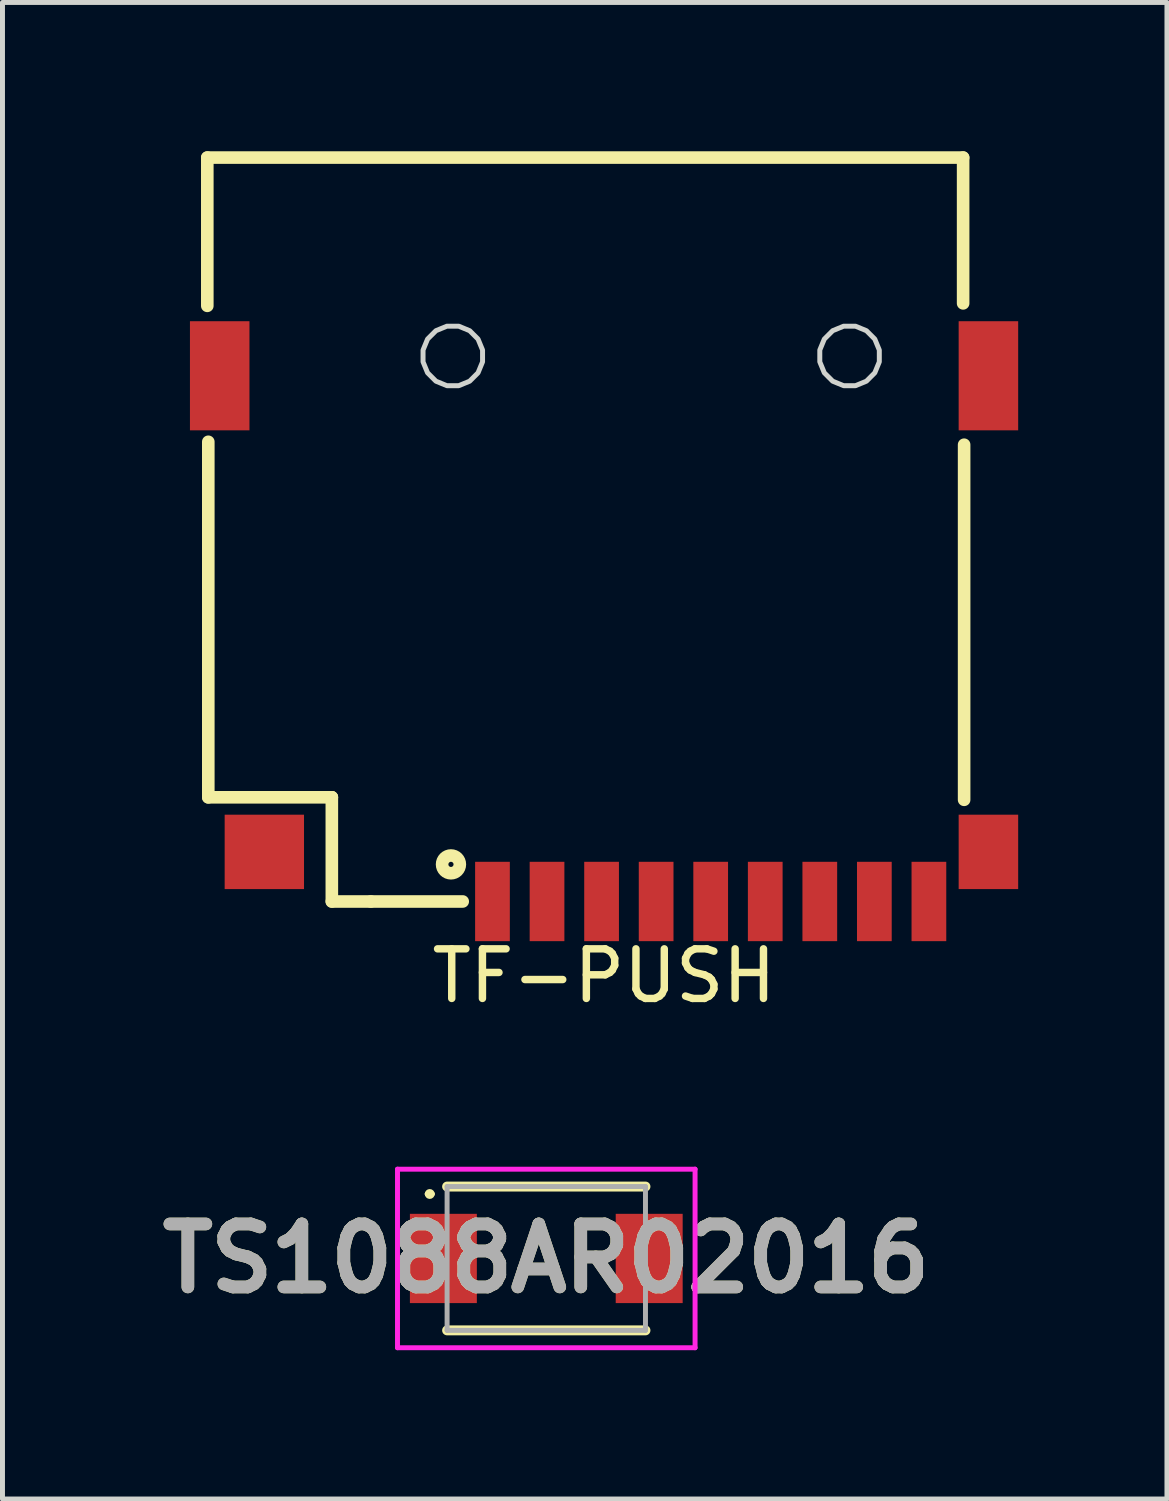
<source format=kicad_pcb>
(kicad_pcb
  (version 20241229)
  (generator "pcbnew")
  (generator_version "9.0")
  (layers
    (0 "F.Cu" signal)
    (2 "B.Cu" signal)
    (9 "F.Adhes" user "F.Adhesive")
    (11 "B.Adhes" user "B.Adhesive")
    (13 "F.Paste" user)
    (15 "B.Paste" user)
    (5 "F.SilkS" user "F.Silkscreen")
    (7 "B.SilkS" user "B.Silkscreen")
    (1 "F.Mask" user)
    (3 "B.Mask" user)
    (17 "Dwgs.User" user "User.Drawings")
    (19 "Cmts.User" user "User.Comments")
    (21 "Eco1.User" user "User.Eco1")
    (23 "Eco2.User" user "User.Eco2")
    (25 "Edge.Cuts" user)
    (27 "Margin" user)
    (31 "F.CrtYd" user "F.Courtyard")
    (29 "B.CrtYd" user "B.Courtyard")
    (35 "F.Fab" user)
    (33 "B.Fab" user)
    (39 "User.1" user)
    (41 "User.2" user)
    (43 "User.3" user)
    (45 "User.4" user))
  (footprint "TF-PUSH"
    (layer "F.Cu")
    (at 0.25 16.433)
    (property "Reference" "TF-PUSH" (at 8.88 0.194 180) (layer "F.SilkS") (effects (font (size 1 1) (thickness 0.15))))
    (fp_line (start 0.88 -16.306) (end 0.88 -13.316) (stroke (width 0.254) (type solid)) (layer "F.SilkS"))
    (fp_line (start 0.9 -10.575) (end 0.9 -3.406) (stroke (width 0.254) (type solid)) (layer "F.SilkS"))
    (fp_line (start 3.39 -3.406) (end 0.9 -3.406) (stroke (width 0.254) (type solid)) (layer "F.SilkS"))
    (fp_line (start 3.391 -3.407) (end 3.38 -3.406) (stroke (width 0.254) (type solid)) (layer "F.SilkS"))
    (fp_line (start 3.391 -3.407) (end 3.391 -1.306) (stroke (width 0.254) (type solid)) (layer "F.SilkS"))
    (fp_line (start 4.178 -1.306) (end 3.391 -1.306) (stroke (width 0.254) (type solid)) (layer "F.SilkS"))
    (fp_line (start 6.03 -1.306) (end 4.178 -1.306) (stroke (width 0.254) (type solid)) (layer "F.SilkS"))
    (fp_line (start 16.12 -16.306) (end 0.88 -16.306) (stroke (width 0.254) (type solid)) (layer "F.SilkS"))
    (fp_line (start 16.12 -16.306) (end 16.12 -13.366) (stroke (width 0.254) (type solid)) (layer "F.SilkS"))
    (fp_line (start 16.14 -10.516) (end 16.14 -3.356) (stroke (width 0.254) (type solid)) (layer "F.SilkS"))
    (fp_circle (center 5.793 -2.054) (end 5.793 -2.002) (stroke (width 0.254) (type solid)) (fill no) (layer "F.SilkS"))
    (fp_line (start 0.81 -12.7) (end 0.81 -11.101) (stroke (width 0.051) (type solid)) (layer "Eco2.User"))
    (fp_line (start 0.811 -12.7) (end 0.81 -12.7) (stroke (width 0.051) (type solid)) (layer "Eco2.User"))
    (fp_line (start 0.811 -11.1) (end 0.81 -11.101) (stroke (width 0.051) (type solid)) (layer "Eco2.User"))
    (fp_line (start 1.5 -16.299) (end 1.5 -12.7) (stroke (width 0.051) (type solid)) (layer "Eco2.User"))
    (fp_line (start 1.5 -12.7) (end 0.811 -12.7) (stroke (width 0.051) (type solid)) (layer "Eco2.User"))
    (fp_line (start 1.501 -16.3) (end 1.5 -16.299) (stroke (width 0.051) (type solid)) (layer "Eco2.User"))
    (fp_line (start 1.51 -11.1) (end 1.51 -3.4) (stroke (width 0.051) (type solid)) (layer "Eco2.User"))
    (fp_line (start 1.51 -11.1) (end 0.811 -11.1) (stroke (width 0.051) (type solid)) (layer "Eco2.User"))
    (fp_line (start 1.51 -11.1) (end 1.51 -11.1) (stroke (width 0.051) (type solid)) (layer "Eco2.User"))
    (fp_line (start 1.651 -3.4) (end 1.51 -3.4) (stroke (width 0.051) (type solid)) (layer "Eco2.User"))
    (fp_line (start 1.651 -3.3) (end 1.651 -3.4) (stroke (width 0.051) (type solid)) (layer "Eco2.User"))
    (fp_line (start 1.699 -2.8) (end 1.699 -2.8) (stroke (width 0.051) (type solid)) (layer "Eco2.User"))
    (fp_line (start 1.699 -2.8) (end 1.699 -1.8) (stroke (width 0.051) (type solid)) (layer "Eco2.User"))
    (fp_line (start 1.7 -1.8) (end 1.699 -1.8) (stroke (width 0.051) (type solid)) (layer "Eco2.User"))
    (fp_line (start 2.55 -3.3) (end 1.651 -3.3) (stroke (width 0.051) (type solid)) (layer "Eco2.User"))
    (fp_line (start 2.55 -2.8) (end 1.699 -2.8) (stroke (width 0.051) (type solid)) (layer "Eco2.User"))
    (fp_line (start 2.55 -2.8) (end 2.55 -3.3) (stroke (width 0.051) (type solid)) (layer "Eco2.User"))
    (fp_line (start 4.491 -16.3) (end 1.501 -16.3) (stroke (width 0.051) (type solid)) (layer "Eco2.User"))
    (fp_line (start 4.492 -16.301) (end 4.491 -16.3) (stroke (width 0.051) (type solid)) (layer "Eco2.User"))
    (fp_line (start 4.74 -16.234) (end 4.492 -16.301) (stroke (width 0.051) (type solid)) (layer "Eco2.User"))
    (fp_line (start 5.004 -16.158) (end 4.74 -16.234) (stroke (width 0.051) (type solid)) (layer "Eco2.User"))
    (fp_line (start 5.469 -16.027) (end 5.004 -16.158) (stroke (width 0.051) (type solid)) (layer "Eco2.User"))
    (fp_line (start 5.532 -16.009) (end 5.469 -16.027) (stroke (width 0.051) (type solid)) (layer "Eco2.User"))
    (fp_line (start 5.704 -15.977) (end 5.532 -16.009) (stroke (width 0.051) (type solid)) (layer "Eco2.User"))
    (fp_line (start 5.832 -15.946) (end 5.704 -15.977) (stroke (width 0.051) (type solid)) (layer "Eco2.User"))
    (fp_line (start 6.5 -15.81) (end 5.832 -15.946) (stroke (width 0.051) (type solid)) (layer "Eco2.User"))
    (fp_line (start 6.869 -15.742) (end 6.5 -15.81) (stroke (width 0.051) (type solid)) (layer "Eco2.User"))
    (fp_line (start 7.039 -15.727) (end 6.869 -15.742) (stroke (width 0.051) (type solid)) (layer "Eco2.User"))
    (fp_line (start 7.466 -15.681) (end 7.039 -15.727) (stroke (width 0.051) (type solid)) (layer "Eco2.User"))
    (fp_line (start 7.573 -15.675) (end 7.466 -15.681) (stroke (width 0.051) (type solid)) (layer "Eco2.User"))
    (fp_line (start 7.717 -15.655) (end 7.573 -15.675) (stroke (width 0.051) (type solid)) (layer "Eco2.User"))
    (fp_line (start 7.79 -15.648) (end 7.717 -15.655) (stroke (width 0.051) (type solid)) (layer "Eco2.User"))
    (fp_line (start 8.648 -15.609) (end 7.79 -15.648) (stroke (width 0.051) (type solid)) (layer "Eco2.User"))
    (fp_line (start 8.742 -15.605) (end 8.648 -15.609) (stroke (width 0.051) (type solid)) (layer "Eco2.User"))
    (fp_line (start 9.528 -15.595) (end 8.742 -15.605) (stroke (width 0.051) (type solid)) (layer "Eco2.User"))
    (fp_line (start 10.575 -15.596) (end 9.528 -15.595) (stroke (width 0.051) (type solid)) (layer "Eco2.User"))
    (fp_line (start 11.356 -15.591) (end 10.575 -15.596) (stroke (width 0.051) (type solid)) (layer "Eco2.User"))
    (fp_line (start 15.232 -15.601) (end 11.356 -15.591) (stroke (width 0.051) (type solid)) (layer "Eco2.User"))
    (fp_line (start 16.25 -15.6) (end 15.232 -15.601) (stroke (width 0.051) (type solid)) (layer "Eco2.User"))
    (fp_line (start 16.25 -15.6) (end 16.25 -12.7) (stroke (width 0.051) (type solid)) (layer "Eco2.User"))
    (fp_line (start 16.25 -2.8) (end 16.25 -11.1) (stroke (width 0.051) (type solid)) (layer "Eco2.User"))
    (fp_line (start 16.95 -11.1) (end 16.25 -11.1) (stroke (width 0.051) (type solid)) (layer "Eco2.User"))
    (fp_line (start 16.95 -1.8) (end 1.7 -1.8) (stroke (width 0.051) (type solid)) (layer "Eco2.User"))
    (fp_line (start 16.95 -12.7) (end 16.25 -12.7) (stroke (width 0.051) (type solid)) (layer "Eco2.User"))
    (fp_line (start 16.95 -12.7) (end 16.95 -11.1) (stroke (width 0.051) (type solid)) (layer "Eco2.User"))
    (fp_line (start 16.95 -2.8) (end 16.25 -2.8) (stroke (width 0.051) (type solid)) (layer "Eco2.User"))
    (fp_line (start 16.95 -2.8) (end 16.95 -1.8) (stroke (width 0.051) (type solid)) (layer "Eco2.User"))
    (fp_line (start 16.95 -1.8) (end 16.95 -1.8) (stroke (width 0.051) (type solid)) (layer "Eco2.User"))
    (fp_rect (start 6.48 -1.801) (end 6.78 -1.101) (stroke (width 0.1) (type default)) (fill no) (layer "Eco2.User"))
    (fp_rect (start 7.58 -1.801) (end 7.88 -1.101) (stroke (width 0.1) (type default)) (fill no) (layer "Eco2.User"))
    (fp_rect (start 8.68 -1.801) (end 8.98 -1.101) (stroke (width 0.1) (type default)) (fill no) (layer "Eco2.User"))
    (fp_rect (start 9.78 -1.801) (end 10.08 -1.101) (stroke (width 0.1) (type default)) (fill no) (layer "Eco2.User"))
    (fp_rect (start 10.88 -1.801) (end 11.18 -1.101) (stroke (width 0.1) (type default)) (fill no) (layer "Eco2.User"))
    (fp_rect (start 11.98 -1.801) (end 12.28 -1.101) (stroke (width 0.1) (type default)) (fill no) (layer "Eco2.User"))
    (fp_rect (start 13.08 -1.801) (end 13.38 -1.101) (stroke (width 0.1) (type default)) (fill no) (layer "Eco2.User"))
    (fp_rect (start 14.18 -1.801) (end 14.48 -1.101) (stroke (width 0.1) (type default)) (fill no) (layer "Eco2.User"))
    (fp_rect (start 15.28 -1.801) (end 15.58 -1.101) (stroke (width 0.1) (type default)) (fill no) (layer "Eco2.User"))
    (fp_poly (pts (xy 0.811 -12.698) (xy 0.812 -11.098) (xy 1.511 -11.098) (xy 1.511 -12.697) (xy 1.451 -12.697)) (stroke (width 0.1) (type default)) (fill no) (layer "Eco2.User"))
    (fp_poly (pts (xy 16.249 -12.7) (xy 16.25 -11.1) (xy 16.949 -11.1) (xy 16.95 -12.7) (xy 16.889 -12.7)) (stroke (width 0.1) (type default)) (fill no) (layer "Eco2.User"))
    (fp_poly (pts (xy 16.25 -2.8) (xy 16.949 -2.8) (xy 16.95 -1.8) (xy 16.263 -1.8) (xy 16.262 -1.801) (xy 16.264 -2.108)) (stroke (width 0.1) (type default)) (fill no) (layer "Eco2.User"))
    (fp_poly (pts (xy 2.399 -2.801) (xy 1.699 -2.801) (xy 1.699 -1.801) (xy 2.386 -1.801) (xy 2.411 -1.8) (xy 2.408 -1.854) (xy 2.407 -1.935) (xy 2.406 -2.108)) (stroke (width 0.1) (type default)) (fill no) (layer "Eco2.User"))
    (fp_poly (pts (xy 0.75 -1.101) (xy 0.75 -1.126) (xy 0.785 -1.161) (xy 0.835 -1.161) (xy 0.87 -1.126) (xy 0.87 -1.101) (xy 0.87 -1.076) (xy 0.835 -1.041) (xy 0.785 -1.041) (xy 0.75 -1.076)) (stroke (width 0.1) (type default)) (fill no) (layer "Eco2.User"))
    (fp_poly (pts (xy 5.23 -12.306) (xy 5.23 -12.425) (xy 5.321 -12.646) (xy 5.49 -12.815) (xy 5.711 -12.906) (xy 5.949 -12.906) (xy 6.17 -12.815) (xy 6.339 -12.646) (xy 6.43 -12.425) (xy 6.43 -12.306) (xy 6.43 -12.187) (xy 6.339 -11.966) (xy 6.17 -11.797) (xy 5.949 -11.706) (xy 5.711 -11.706) (xy 5.49 -11.797) (xy 5.321 -11.966) (xy 5.23 -12.187)) (stroke (width 0.1) (type solid)) (fill no) (layer "Edge.Cuts"))
    (fp_poly (pts (xy 13.23 -12.306) (xy 13.23 -12.425) (xy 13.321 -12.646) (xy 13.49 -12.815) (xy 13.711 -12.906) (xy 13.949 -12.906) (xy 14.17 -12.815) (xy 14.339 -12.646) (xy 14.43 -12.425) (xy 14.43 -12.306) (xy 14.43 -12.187) (xy 14.339 -11.966) (xy 14.17 -11.797) (xy 13.949 -11.706) (xy 13.711 -11.706) (xy 13.49 -11.797) (xy 13.321 -11.966) (xy 13.23 -12.187)) (stroke (width 0.1) (type solid)) (fill no) (layer "Edge.Cuts"))
    (fp_circle (center 5.83 -12.306) (end 5.83 -11.706) (stroke (width 0.025) (type solid)) (fill no) (layer "User.1"))
    (fp_circle (center 13.83 -12.306) (end 13.83 -11.706) (stroke (width 0.025) (type solid)) (fill no) (layer "User.1"))
    (fp_circle (center 5.81 -0.6) (end 5.81 -0.473) (stroke (width 0.254) (type solid)) (fill no) (layer "User.6"))
    (fp_circle (center 5.83 -12.306) (end 5.83 -12.106) (stroke (width 0.4) (type solid)) (fill no) (layer "User.6"))
    (fp_circle (center 13.83 -12.306) (end 13.83 -12.106) (stroke (width 0.4) (type solid)) (fill no) (layer "User.6"))
    (pad "1" smd rect (at 6.63 -1.306 180) (size 0.7 1.6) (layers "F.Cu" "F.Mask" "F.Paste"))
    (pad "2" smd rect (at 7.73 -1.306 180) (size 0.7 1.6) (layers "F.Cu" "F.Mask" "F.Paste"))
    (pad "3" smd rect (at 8.83 -1.306 180) (size 0.7 1.6) (layers "F.Cu" "F.Mask" "F.Paste"))
    (pad "4" smd rect (at 9.93 -1.306 180) (size 0.7 1.6) (layers "F.Cu" "F.Mask" "F.Paste"))
    (pad "5" smd rect (at 11.03 -1.306 180) (size 0.7 1.6) (layers "F.Cu" "F.Mask" "F.Paste"))
    (pad "6" smd rect (at 12.13 -1.306 180) (size 0.7 1.6) (layers "F.Cu" "F.Mask" "F.Paste"))
    (pad "7" smd rect (at 13.23 -1.306 180) (size 0.7 1.6) (layers "F.Cu" "F.Mask" "F.Paste"))
    (pad "8" smd rect (at 14.33 -1.306 180) (size 0.7 1.6) (layers "F.Cu" "F.Mask" "F.Paste"))
    (pad "9" smd rect (at 15.43 -1.306 180) (size 0.7 1.6) (layers "F.Cu" "F.Mask" "F.Paste"))
    (pad "10" smd rect (at 16.63 -2.306 180) (size 1.2 1.5) (layers "F.Cu" "F.Mask" "F.Paste"))
    (pad "11" smd rect (at 16.63 -11.906 180) (size 1.2 2.2) (layers "F.Cu" "F.Mask" "F.Paste"))
    (pad "12" smd rect (at 1.13 -11.906 180) (size 1.2 2.2) (layers "F.Cu" "F.Mask" "F.Paste"))
    (pad "13" smd rect (at 2.03 -2.306 180) (size 1.6 1.5) (layers "F.Cu" "F.Mask" "F.Paste"))
    (zone (net_name "") (layers "F.Cu" "B.Cu") (hatch edge 0.5) (connect_pads) (min_thickness 0.25) (filled_areas_thickness no) (keepout (tracks not_allowed) (vias not_allowed) (pads not_allowed) (copperpour not_allowed) (footprints allowed)) (placement (enabled no)) (fill) (polygon (pts (xy 5.48 4.127) (xy 5.48 4.008) (xy 5.571 3.787) (xy 5.74 3.618) (xy 5.961 3.527) (xy 6.199 3.527) (xy 6.42 3.618) (xy 6.589 3.787) (xy 6.68 4.008) (xy 6.68 4.127) (xy 6.68 4.246) (xy 6.589 4.467) (xy 6.42 4.636) (xy 6.199 4.727) (xy 5.961 4.727) (xy 5.74 4.636) (xy 5.571 4.467) (xy 5.48 4.246))))
    (zone (net_name "") (layers "F.Cu" "B.Cu") (hatch edge 0.5) (connect_pads) (min_thickness 0.25) (filled_areas_thickness no) (keepout (tracks not_allowed) (vias not_allowed) (pads not_allowed) (copperpour not_allowed) (footprints allowed)) (placement (enabled no)) (fill) (polygon (pts (xy 13.48 4.127) (xy 13.48 4.008) (xy 13.571 3.787) (xy 13.74 3.618) (xy 13.961 3.527) (xy 14.199 3.527) (xy 14.42 3.618) (xy 14.589 3.787) (xy 14.68 4.008) (xy 14.68 4.127) (xy 14.68 4.246) (xy 14.589 4.467) (xy 14.42 4.636) (xy 14.199 4.727) (xy 13.961 4.727) (xy 13.74 4.636) (xy 13.571 4.467) (xy 13.48 4.246))))
    (zone (net_name "") (layers "F.Cu" "B.Cu") (hatch edge 0.5) (connect_pads) (min_thickness 0.25) (filled_areas_thickness no) (keepout (tracks not_allowed) (vias not_allowed) (pads not_allowed) (copperpour not_allowed) (footprints allowed)) (placement (enabled no)) (fill) (polygon (pts (xy 5.902 4.713) (xy 5.791 4.667) (xy 5.691 4.601) (xy 5.606 4.516) (xy 5.54 4.416) (xy 5.494 4.305) (xy 5.47 4.187) (xy 5.47 4.067) (xy 5.494 3.949) (xy 5.54 3.838) (xy 5.606 3.738) (xy 5.691 3.653) (xy 5.791 3.587) (xy 5.902 3.541) (xy 6.02 3.517) (xy 6.14 3.517) (xy 6.258 3.541) (xy 6.369 3.587) (xy 6.469 3.653) (xy 6.554 3.738) (xy 6.62 3.838) (xy 6.666 3.949) (xy 6.69 4.067) (xy 6.69 4.187) (xy 6.686 4.204) (xy 6.667 4.204) (xy 6.667 4.05) (xy 6.627 3.9) (xy 6.55 3.766) (xy 6.441 3.657) (xy 6.307 3.58) (xy 6.157 3.54) (xy 6.003 3.54) (xy 5.853 3.58) (xy 5.72 3.657) (xy 5.61 3.766) (xy 5.533 3.9) (xy 5.493 4.05) (xy 5.493 4.204) (xy 5.533 4.354) (xy 5.61 4.488) (xy 5.72 4.597) (xy 5.853 4.674) (xy 6.003 4.714) (xy 6.157 4.714) (xy 6.307 4.674) (xy 6.441 4.597) (xy 6.55 4.488) (xy 6.627 4.354) (xy 6.667 4.204) (xy 6.686 4.204) (xy 6.666 4.305) (xy 6.62 4.416) (xy 6.554 4.516) (xy 6.469 4.601) (xy 6.369 4.667) (xy 6.258 4.713) (xy 6.14 4.737) (xy 6.02 4.737))))
    (zone (net_name "") (layers "F.Cu" "B.Cu") (hatch edge 0.5) (connect_pads) (min_thickness 0.25) (filled_areas_thickness no) (keepout (tracks not_allowed) (vias not_allowed) (pads not_allowed) (copperpour not_allowed) (footprints allowed)) (placement (enabled no)) (fill) (polygon (pts (xy 13.902 4.713) (xy 13.791 4.667) (xy 13.691 4.601) (xy 13.606 4.516) (xy 13.54 4.416) (xy 13.494 4.305) (xy 13.47 4.187) (xy 13.47 4.067) (xy 13.494 3.949) (xy 13.54 3.838) (xy 13.606 3.738) (xy 13.691 3.653) (xy 13.791 3.587) (xy 13.902 3.541) (xy 14.02 3.517) (xy 14.14 3.517) (xy 14.258 3.541) (xy 14.369 3.587) (xy 14.469 3.653) (xy 14.554 3.738) (xy 14.62 3.838) (xy 14.666 3.949) (xy 14.69 4.067) (xy 14.69 4.187) (xy 14.686 4.204) (xy 14.667 4.204) (xy 14.667 4.05) (xy 14.627 3.9) (xy 14.55 3.766) (xy 14.441 3.657) (xy 14.307 3.58) (xy 14.157 3.54) (xy 14.003 3.54) (xy 13.853 3.58) (xy 13.719 3.657) (xy 13.61 3.766) (xy 13.533 3.9) (xy 13.493 4.05) (xy 13.493 4.204) (xy 13.533 4.354) (xy 13.61 4.488) (xy 13.719 4.597) (xy 13.853 4.674) (xy 14.003 4.714) (xy 14.157 4.714) (xy 14.307 4.674) (xy 14.441 4.597) (xy 14.55 4.488) (xy 14.627 4.354) (xy 14.667 4.204) (xy 14.686 4.204) (xy 14.666 4.305) (xy 14.62 4.416) (xy 14.554 4.516) (xy 14.469 4.601) (xy 14.369 4.667) (xy 14.258 4.713) (xy 14.14 4.737) (xy 14.02 4.737)))))
  (footprint "TS1088AR02016"
    (layer "F.Cu")
    (at 7.965 22.325)
    (property "Reference" "TS1088AR02016" (at 0 0 0) (layer "F.SilkS") (effects (font (size 1.27 1.27) (thickness 0.254))))
    (attr smd)
    (fp_line (start -2.4 -1.3) (end -2.4 -1.3) (stroke (width 0.1) (type solid)) (layer "F.SilkS"))
    (fp_line (start -2.3 -1.3) (end -2.3 -1.3) (stroke (width 0.1) (type solid)) (layer "F.SilkS"))
    (fp_line (start -2 -1.45) (end 2 -1.45) (stroke (width 0.2) (type solid)) (layer "F.SilkS"))
    (fp_line (start -2 1.45) (end 2 1.45) (stroke (width 0.2) (type solid)) (layer "F.SilkS"))
    (fp_arc (start -2.4 -1.3) (mid -2.35 -1.35) (end -2.3 -1.3) (stroke (width 0.1) (type solid)) (layer "F.SilkS"))
    (fp_arc (start -2.3 -1.3) (mid -2.35 -1.25) (end -2.4 -1.3) (stroke (width 0.1) (type solid)) (layer "F.SilkS"))
    (fp_line (start -3 -1.8) (end -3 1.8) (stroke (width 0.1) (type solid)) (layer "F.CrtYd"))
    (fp_line (start -3 -1.8) (end 3 -1.8) (stroke (width 0.1) (type solid)) (layer "F.CrtYd"))
    (fp_line (start 3 -1.8) (end 3 1.8) (stroke (width 0.1) (type solid)) (layer "F.CrtYd"))
    (fp_line (start 3 1.8) (end -3 1.8) (stroke (width 0.1) (type solid)) (layer "F.CrtYd"))
    (fp_line (start -2 -1.45) (end 2 -1.45) (stroke (width 0.1) (type solid)) (layer "F.Fab"))
    (fp_line (start -2 1.45) (end -2 -1.45) (stroke (width 0.1) (type solid)) (layer "F.Fab"))
    (fp_line (start 2 -1.45) (end 2 1.45) (stroke (width 0.1) (type solid)) (layer "F.Fab"))
    (fp_line (start 2 1.45) (end -2 1.45) (stroke (width 0.1) (type solid)) (layer "F.Fab"))
    (fp_text user "${REFERENCE}" (at 0 0 0) (layer "F.Fab") (effects (font (size 1.27 1.27) (thickness 0.254))))
    (pad "1" smd rect (at -2.075 0) (size 1.35 1.8) (layers "F.Cu" "F.Mask" "F.Paste"))
    (pad "2" smd rect (at 2.075 0) (size 1.35 1.8) (layers "F.Cu" "F.Mask" "F.Paste")))
  (gr_rect
    (start -3 -3)
    (end 20.48 27.175)
    (stroke (width 0.1) (type default))
    (fill no)
    (layer "Edge.Cuts")))
</source>
